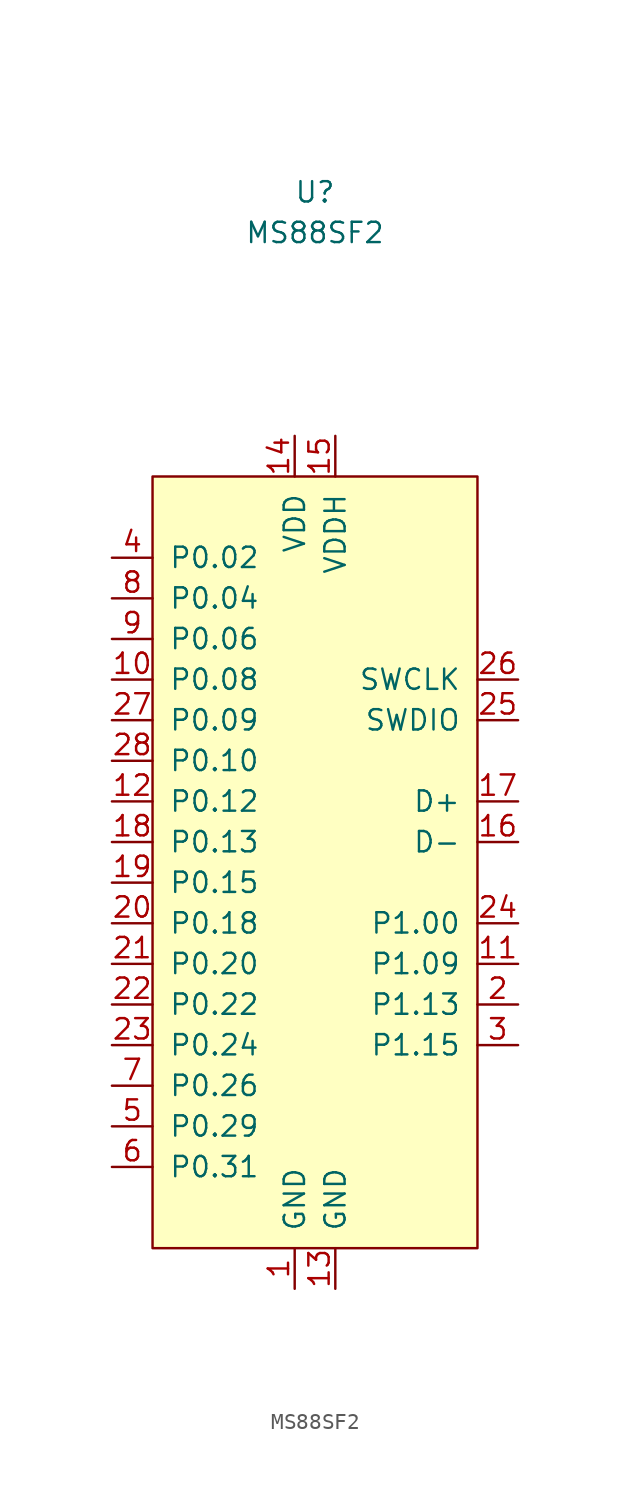
<source format=kicad_sym>
(kicad_symbol_lib
  (version 20211014)
  (generator kicad_symbol_editor)
  (symbol "MS88SF2"
    (pin_names
      (offset 1.016))
    (property "Reference" "U"
      (at 0 41.91 0)
      (effects (font (size 1.27 1.27))))
    (property "Value" "MS88SF2"
      (at 0 39.37 0)
      (effects (font (size 1.27 1.27))))
    (symbol "MS88SF2_0_1"
      (rectangle (start -10.16 24.13) (end 10.16 -24.13) (stroke (width 0) (type default) (color 0 0 0 0)) (fill (type background))))
    (symbol "MS88SF2_1_1"
      (pin power_in line (at -1.27 -26.67 90) (length 2.54) (name "GND" (effects (font (size 1.27 1.27)))) (number "1" (effects (font (size 1.27 1.27)))))
      (pin bidirectional line (at -12.7 11.43 0) (length 2.54) (name "P0.08" (effects (font (size 1.27 1.27)))) (number "10" (effects (font (size 1.27 1.27)))))
      (pin bidirectional line (at 12.7 -6.35 180) (length 2.54) (name "P1.09" (effects (font (size 1.27 1.27)))) (number "11" (effects (font (size 1.27 1.27)))))
      (pin bidirectional line (at -12.7 3.81 0) (length 2.54) (name "P0.12" (effects (font (size 1.27 1.27)))) (number "12" (effects (font (size 1.27 1.27)))))
      (pin power_in line (at 1.27 -26.67 90) (length 2.54) (name "GND" (effects (font (size 1.27 1.27)))) (number "13" (effects (font (size 1.27 1.27)))))
      (pin power_in line (at -1.27 26.67 270) (length 2.54) (name "VDD" (effects (font (size 1.27 1.27)))) (number "14" (effects (font (size 1.27 1.27)))))
      (pin power_in line (at 1.27 26.67 270) (length 2.54) (name "VDDH" (effects (font (size 1.27 1.27)))) (number "15" (effects (font (size 1.27 1.27)))))
      (pin bidirectional line (at 12.7 1.27 180) (length 2.54) (name "D-" (effects (font (size 1.27 1.27)))) (number "16" (effects (font (size 1.27 1.27)))))
      (pin bidirectional line (at 12.7 3.81 180) (length 2.54) (name "D+" (effects (font (size 1.27 1.27)))) (number "17" (effects (font (size 1.27 1.27)))))
      (pin bidirectional line (at -12.7 1.27 0) (length 2.54) (name "P0.13" (effects (font (size 1.27 1.27)))) (number "18" (effects (font (size 1.27 1.27)))))
      (pin bidirectional line (at -12.7 -1.27 0) (length 2.54) (name "P0.15" (effects (font (size 1.27 1.27)))) (number "19" (effects (font (size 1.27 1.27)))))
      (pin bidirectional line (at 12.7 -8.89 180) (length 2.54) (name "P1.13" (effects (font (size 1.27 1.27)))) (number "2" (effects (font (size 1.27 1.27)))))
      (pin bidirectional line (at -12.7 -3.81 0) (length 2.54) (name "P0.18" (effects (font (size 1.27 1.27)))) (number "20" (effects (font (size 1.27 1.27)))))
      (pin bidirectional line (at -12.7 -6.35 0) (length 2.54) (name "P0.20" (effects (font (size 1.27 1.27)))) (number "21" (effects (font (size 1.27 1.27)))))
      (pin bidirectional line (at -12.7 -8.89 0) (length 2.54) (name "P0.22" (effects (font (size 1.27 1.27)))) (number "22" (effects (font (size 1.27 1.27)))))
      (pin bidirectional line (at -12.7 -11.43 0) (length 2.54) (name "P0.24" (effects (font (size 1.27 1.27)))) (number "23" (effects (font (size 1.27 1.27)))))
      (pin bidirectional line (at 12.7 -3.81 180) (length 2.54) (name "P1.00" (effects (font (size 1.27 1.27)))) (number "24" (effects (font (size 1.27 1.27)))))
      (pin bidirectional line (at 12.7 8.89 180) (length 2.54) (name "SWDIO" (effects (font (size 1.27 1.27)))) (number "25" (effects (font (size 1.27 1.27)))))
      (pin input line (at 12.7 11.43 180) (length 2.54) (name "SWCLK" (effects (font (size 1.27 1.27)))) (number "26" (effects (font (size 1.27 1.27)))))
      (pin bidirectional line (at -12.7 8.89 0) (length 2.54) (name "P0.09" (effects (font (size 1.27 1.27)))) (number "27" (effects (font (size 1.27 1.27)))))
      (pin bidirectional line (at -12.7 6.35 0) (length 2.54) (name "P0.10" (effects (font (size 1.27 1.27)))) (number "28" (effects (font (size 1.27 1.27)))))
      (pin bidirectional line (at 12.7 -11.43 180) (length 2.54) (name "P1.15" (effects (font (size 1.27 1.27)))) (number "3" (effects (font (size 1.27 1.27)))))
      (pin bidirectional line (at -12.7 19.05 0) (length 2.54) (name "P0.02" (effects (font (size 1.27 1.27)))) (number "4" (effects (font (size 1.27 1.27)))))
      (pin bidirectional line (at -12.7 -16.51 0) (length 2.54) (name "P0.29" (effects (font (size 1.27 1.27)))) (number "5" (effects (font (size 1.27 1.27)))))
      (pin bidirectional line (at -12.7 -19.05 0) (length 2.54) (name "P0.31" (effects (font (size 1.27 1.27)))) (number "6" (effects (font (size 1.27 1.27)))))
      (pin bidirectional line (at -12.7 -13.97 0) (length 2.54) (name "P0.26" (effects (font (size 1.27 1.27)))) (number "7" (effects (font (size 1.27 1.27)))))
      (pin bidirectional line (at -12.7 16.51 0) (length 2.54) (name "P0.04" (effects (font (size 1.27 1.27)))) (number "8" (effects (font (size 1.27 1.27)))))
      (pin bidirectional line (at -12.7 13.97 0) (length 2.54) (name "P0.06" (effects (font (size 1.27 1.27)))) (number "9" (effects (font (size 1.27 1.27))))))))
</source>
